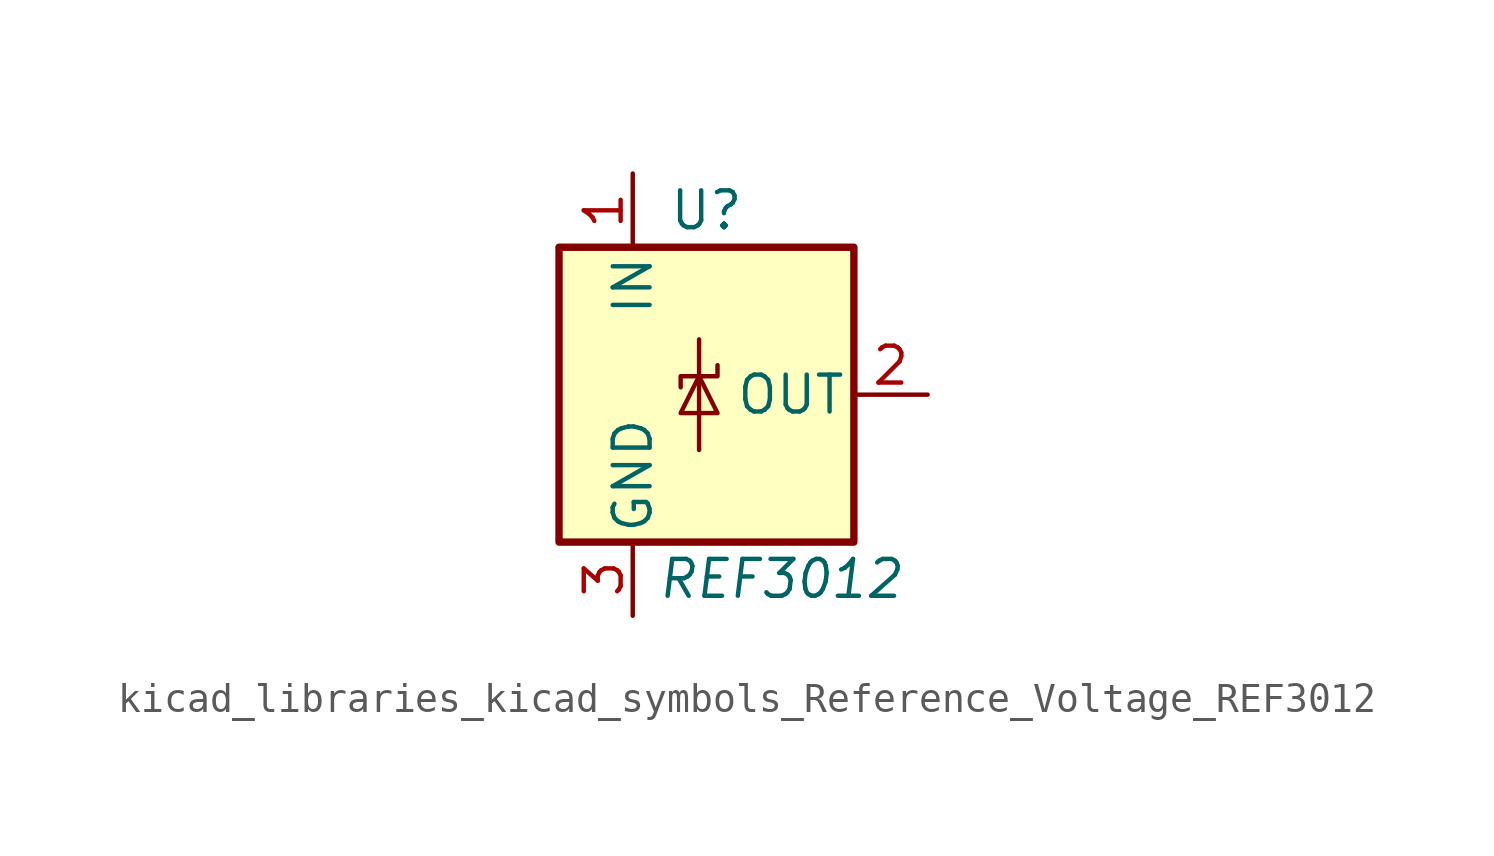
<source format=kicad_sym>
(kicad_symbol_lib
  (version 20220914)
  (generator kicad_symbol_editor)
  (symbol "kicad_libraries_kicad_symbols_Reference_Voltage_REF3012"
    (pin_names
      (offset 0.254))
    (property "Reference" "U"
      (at 0 6.35 0)
      (effects (font (size 1.27 1.27))))
    (property "Value" "REF3012"
      (at 2.54 -6.35 0)
      (effects (font (size 1.27 1.27) italic)))
    (symbol "kicad_libraries_kicad_symbols_Reference_Voltage_REF3012_0_1"
      (rectangle (start -5.08 5.08) (end 5.08 -5.08) (stroke (width 0.254) (type default)) (fill (type background)))
      (polyline (pts (xy -0.254 1.905) (xy -0.254 -1.905)) (stroke (width 0) (type default)) (fill (type none)))
      (polyline (pts (xy -0.889 -0.635) (xy 0.381 -0.635) (xy -0.254 0.635) (xy -0.889 -0.635)) (stroke (width 0) (type default)) (fill (type none)))
      (polyline (pts (xy 0.381 1.016) (xy 0.381 0.635) (xy -0.889 0.635) (xy -0.889 0.254)) (stroke (width 0) (type default)) (fill (type none))))
    (symbol "kicad_libraries_kicad_symbols_Reference_Voltage_REF3012_1_1"
      (pin power_in line (at -2.54 7.62 270) (length 2.54) (name "IN" (effects (font (size 1.27 1.27)))) (number "1" (effects (font (size 1.27 1.27)))))
      (pin power_out line (at 7.62 0 180) (length 2.54) (name "OUT" (effects (font (size 1.27 1.27)))) (number "2" (effects (font (size 1.27 1.27)))))
      (pin power_in line (at -2.54 -7.62 90) (length 2.54) (name "GND" (effects (font (size 1.27 1.27)))) (number "3" (effects (font (size 1.27 1.27))))))))
</source>
